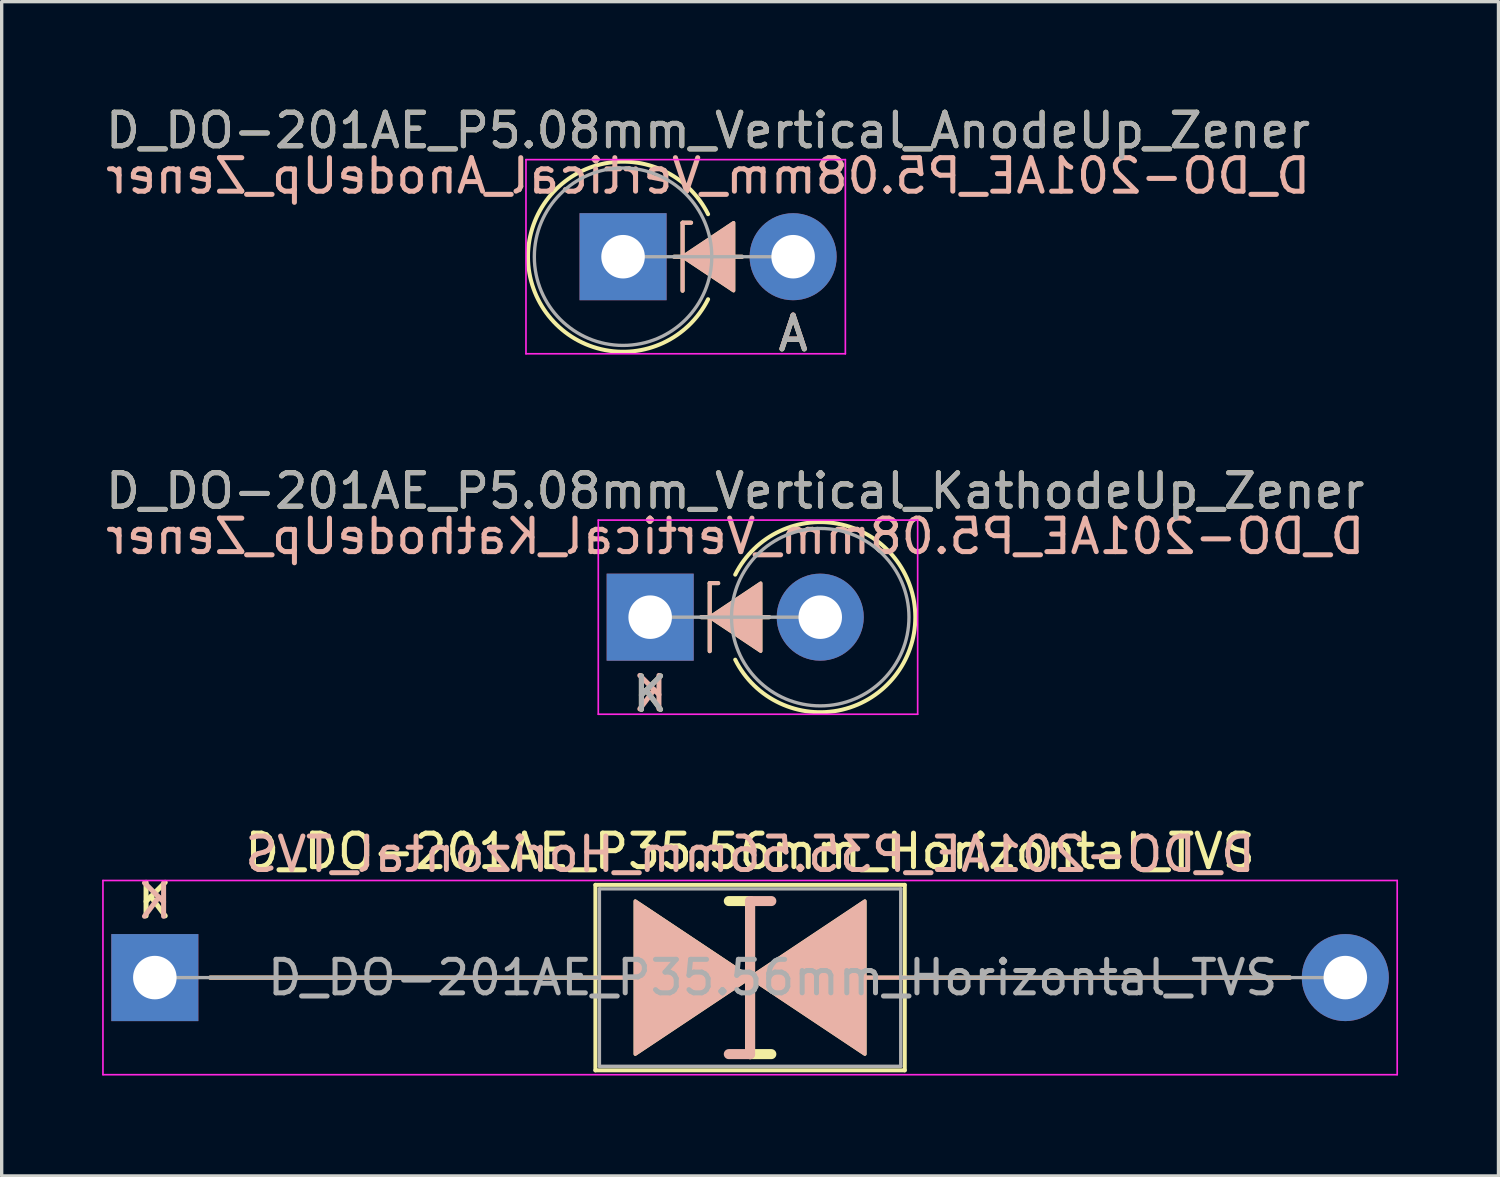
<source format=kicad_pcb>
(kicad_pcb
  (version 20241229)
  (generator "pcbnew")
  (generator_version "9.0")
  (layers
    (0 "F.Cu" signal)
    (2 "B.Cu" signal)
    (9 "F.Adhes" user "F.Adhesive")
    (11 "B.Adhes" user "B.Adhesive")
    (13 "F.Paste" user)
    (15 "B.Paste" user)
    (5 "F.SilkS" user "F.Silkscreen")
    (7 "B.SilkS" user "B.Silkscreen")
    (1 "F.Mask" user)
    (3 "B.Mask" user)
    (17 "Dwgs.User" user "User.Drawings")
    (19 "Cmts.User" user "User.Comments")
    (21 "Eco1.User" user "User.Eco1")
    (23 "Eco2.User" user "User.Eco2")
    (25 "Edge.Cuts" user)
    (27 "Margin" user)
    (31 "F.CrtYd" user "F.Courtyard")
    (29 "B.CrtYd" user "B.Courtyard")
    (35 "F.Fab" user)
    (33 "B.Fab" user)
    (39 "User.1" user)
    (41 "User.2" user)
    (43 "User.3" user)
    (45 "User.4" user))
  (footprint "D_DO-201AE_P5.08mm_Vertical_AnodeUp_Zener"
    (layer "F.Cu")
    (at 15.561 4.618)
    (property "Reference" "D_DO-201AE_P5.08mm_Vertical_AnodeUp_Zener" (at 2.54 -3.77 0) (layer "F.SilkS") (effects (font (size 1 1) (thickness 0.15))))
    (fp_line (start 1.524 0) (end 3.556 0) (stroke (width 0.12) (type solid)) (layer "F.SilkS"))
    (fp_line (start 1.778 -1.016) (end 2.032 -1.016) (stroke (width 0.12) (type solid)) (layer "F.SilkS"))
    (fp_line (start 1.778 1.016) (end 1.778 -1.016) (stroke (width 0.12) (type solid)) (layer "F.SilkS"))
    (fp_arc (start 2.539999 1.27) (mid -2.839805 0) (end 2.539999 -1.269999) (stroke (width 0.12) (type solid)) (layer "F.SilkS"))
    (fp_poly (pts (xy 3.302 1.016) (xy 1.778 0) (xy 3.302 -1.016)) (stroke (width 0.1) (type solid)) (fill yes) (layer "F.SilkS"))
    (fp_line (start 1.524 0) (end 3.556 0) (stroke (width 0.12) (type solid)) (layer "B.SilkS"))
    (fp_line (start 1.778 -1.016) (end 1.778 1.016) (stroke (width 0.12) (type solid)) (layer "B.SilkS"))
    (fp_line (start 1.778 -1.016) (end 2.032 -1.016) (stroke (width 0.12) (type solid)) (layer "B.SilkS"))
    (fp_poly (pts (xy 3.302 -1.016) (xy 1.778 0) (xy 3.302 1.016)) (stroke (width 0.1) (type solid)) (fill yes) (layer "B.SilkS"))
    (fp_line (start -2.9 -2.9) (end -2.9 2.9) (stroke (width 0.05) (type solid)) (layer "F.CrtYd"))
    (fp_line (start -2.9 2.9) (end 6.64 2.9) (stroke (width 0.05) (type solid)) (layer "F.CrtYd"))
    (fp_line (start 6.64 -2.9) (end -2.9 -2.9) (stroke (width 0.05) (type solid)) (layer "F.CrtYd"))
    (fp_line (start 6.64 2.9) (end 6.64 -2.9) (stroke (width 0.05) (type solid)) (layer "F.CrtYd"))
    (fp_line (start 0 0) (end 5.08 0) (stroke (width 0.1) (type solid)) (layer "F.Fab"))
    (fp_circle (center 0 0) (end 2.65 0) (stroke (width 0.1) (type solid)) (fill no) (layer "F.Fab"))
    (fp_text user "A" (at 5.08 2.3 0) (layer "F.SilkS") (effects (font (size 1 1) (thickness 0.15))))
    (fp_text user "A" (at 5.08 2.286 0) (layer "B.SilkS") (effects (font (size 1 1) (thickness 0.15)) (justify mirror)))
    (fp_text user "${REFERENCE}" (at 2.54 -2.413 0) (layer "B.SilkS") (effects (font (size 1 1) (thickness 0.15)) (justify mirror)))
    (fp_text user "A" (at 5.08 2.3 0) (layer "F.Fab") (effects (font (size 1 1) (thickness 0.15))))
    (fp_text user "${REFERENCE}" (at 2.54 -3.77 0) (layer "F.Fab") (effects (font (size 1 1) (thickness 0.15))))
    (pad "1" thru_hole rect (at 0 0) (size 2.6 2.6) (drill 1.3) (layers "*.Cu" "*.Mask"))
    (pad "2" thru_hole oval (at 5.08 0) (size 2.6 2.6) (drill 1.3) (layers "*.Cu" "*.Mask")))
  (footprint "D_DO-201AE_P5.08mm_Vertical_KathodeUp_Zener"
    (layer "F.Cu")
    (at 16.371 15.385)
    (property "Reference" "D_DO-201AE_P5.08mm_Vertical_KathodeUp_Zener" (at 2.54 -3.77 0) (layer "F.SilkS") (effects (font (size 1 1) (thickness 0.15))))
    (fp_line (start 1.524 0) (end 3.556 0) (stroke (width 0.12) (type solid)) (layer "F.SilkS"))
    (fp_line (start 1.778 -1.016) (end 2.032 -1.016) (stroke (width 0.12) (type solid)) (layer "F.SilkS"))
    (fp_line (start 1.778 1.016) (end 1.778 -1.016) (stroke (width 0.12) (type solid)) (layer "F.SilkS"))
    (fp_arc (start 2.54 -1.269999) (mid 7.919804 0.000001) (end 2.54 1.27) (stroke (width 0.12) (type solid)) (layer "F.SilkS"))
    (fp_poly (pts (xy 3.302 1.016) (xy 1.778 0) (xy 3.302 -1.016)) (stroke (width 0.1) (type solid)) (fill yes) (layer "F.SilkS"))
    (fp_line (start 1.524 0) (end 3.556 0) (stroke (width 0.12) (type solid)) (layer "B.SilkS"))
    (fp_line (start 1.778 -1.016) (end 1.778 1.016) (stroke (width 0.12) (type solid)) (layer "B.SilkS"))
    (fp_line (start 1.778 -1.016) (end 2.032 -1.016) (stroke (width 0.12) (type solid)) (layer "B.SilkS"))
    (fp_poly (pts (xy 3.302 -1.016) (xy 1.778 0) (xy 3.302 1.016)) (stroke (width 0.1) (type solid)) (fill yes) (layer "B.SilkS"))
    (fp_line (start -1.55 -2.9) (end -1.55 2.9) (stroke (width 0.05) (type solid)) (layer "F.CrtYd"))
    (fp_line (start -1.55 2.9) (end 7.99 2.9) (stroke (width 0.05) (type solid)) (layer "F.CrtYd"))
    (fp_line (start 7.99 -2.9) (end -1.55 -2.9) (stroke (width 0.05) (type solid)) (layer "F.CrtYd"))
    (fp_line (start 7.99 2.9) (end 7.99 -2.9) (stroke (width 0.05) (type solid)) (layer "F.CrtYd"))
    (fp_line (start 0 0) (end 5.08 0) (stroke (width 0.1) (type solid)) (layer "F.Fab"))
    (fp_circle (center 5.08 0) (end 7.73 0) (stroke (width 0.1) (type solid)) (fill no) (layer "F.Fab"))
    (fp_text user "K" (at 0 2.3 0) (layer "F.SilkS") (effects (font (size 1 1) (thickness 0.15))))
    (fp_text user "${REFERENCE}" (at 2.54 -2.413 0) (layer "B.SilkS") (effects (font (size 1 1) (thickness 0.15)) (justify mirror)))
    (fp_text user "K" (at 0 2.286 180) (layer "B.SilkS") (effects (font (size 1 1) (thickness 0.15)) (justify mirror)))
    (fp_text user "K" (at 0 2.3 0) (layer "F.Fab") (effects (font (size 1 1) (thickness 0.15))))
    (fp_text user "${REFERENCE}" (at 2.54 -3.77 0) (layer "F.Fab") (effects (font (size 1 1) (thickness 0.15))))
    (pad "1" thru_hole rect (at 0 0) (size 2.6 2.6) (drill 1.3) (layers "*.Cu" "*.Mask"))
    (pad "2" thru_hole oval (at 5.08 0) (size 2.6 2.6) (drill 1.3) (layers "*.Cu" "*.Mask")))
  (footprint "D_DO-201AE_P35.56mm_Horizontal_TVS"
    (layer "F.Cu")
    (at 1.575 26.151)
    (property "Reference" "D_DO-201AE_P35.56mm_Horizontal_TVS" (at 17.78 -3.77 0) (layer "F.SilkS") (effects (font (size 1 1) (thickness 0.15))))
    (fp_line (start 1.651 0) (end 13.16 0) (stroke (width 0.12) (type solid)) (layer "F.SilkS"))
    (fp_line (start 13.16 -2.77) (end 13.16 2.77) (stroke (width 0.12) (type solid)) (layer "F.SilkS"))
    (fp_line (start 13.16 0) (end 14.351 0) (stroke (width 0.12) (type solid)) (layer "F.SilkS"))
    (fp_line (start 13.16 2.77) (end 22.4 2.77) (stroke (width 0.12) (type solid)) (layer "F.SilkS"))
    (fp_line (start 17.78 -2.286) (end 17.145 -2.286) (stroke (width 0.3) (type solid)) (layer "F.SilkS"))
    (fp_line (start 17.78 2.286) (end 17.78 -2.286) (stroke (width 0.3) (type solid)) (layer "F.SilkS"))
    (fp_line (start 18.415 2.286) (end 17.78 2.286) (stroke (width 0.3) (type solid)) (layer "F.SilkS"))
    (fp_line (start 21.209 0) (end 22.4 0) (stroke (width 0.12) (type solid)) (layer "F.SilkS"))
    (fp_line (start 22.4 -2.77) (end 13.16 -2.77) (stroke (width 0.12) (type solid)) (layer "F.SilkS"))
    (fp_line (start 22.4 2.77) (end 22.4 -2.77) (stroke (width 0.12) (type solid)) (layer "F.SilkS"))
    (fp_line (start 33.909 0) (end 22.4 0) (stroke (width 0.12) (type solid)) (layer "F.SilkS"))
    (fp_poly (pts (xy 17.78 0) (xy 14.351 2.286) (xy 14.351 -2.286)) (stroke (width 0.1) (type solid)) (fill yes) (layer "F.SilkS"))
    (fp_poly (pts (xy 17.78 0) (xy 21.209 -2.286) (xy 21.209 2.286)) (stroke (width 0.1) (type solid)) (fill yes) (layer "F.SilkS"))
    (fp_line (start 1.651 0) (end 13.16 0) (stroke (width 0.12) (type solid)) (layer "B.SilkS"))
    (fp_line (start 13.16 0) (end 14.351 0) (stroke (width 0.12) (type solid)) (layer "B.SilkS"))
    (fp_line (start 17.78 -2.286) (end 17.78 2.286) (stroke (width 0.3) (type solid)) (layer "B.SilkS"))
    (fp_line (start 17.78 2.286) (end 17.145 2.286) (stroke (width 0.3) (type solid)) (layer "B.SilkS"))
    (fp_line (start 18.415 -2.286) (end 17.78 -2.286) (stroke (width 0.3) (type solid)) (layer "B.SilkS"))
    (fp_line (start 21.209 0) (end 22.4 0) (stroke (width 0.12) (type solid)) (layer "B.SilkS"))
    (fp_line (start 33.909 0) (end 22.4 0) (stroke (width 0.12) (type solid)) (layer "B.SilkS"))
    (fp_poly (pts (xy 17.78 0) (xy 14.351 -2.286) (xy 14.351 2.286)) (stroke (width 0.1) (type solid)) (fill yes) (layer "B.SilkS"))
    (fp_poly (pts (xy 17.78 0) (xy 21.209 2.286) (xy 21.209 -2.286)) (stroke (width 0.1) (type solid)) (fill yes) (layer "B.SilkS"))
    (fp_line (start -1.55 -2.9) (end -1.55 2.9) (stroke (width 0.05) (type solid)) (layer "F.CrtYd"))
    (fp_line (start -1.55 2.9) (end 37.11 2.9) (stroke (width 0.05) (type solid)) (layer "F.CrtYd"))
    (fp_line (start 37.11 -2.9) (end -1.55 -2.9) (stroke (width 0.05) (type solid)) (layer "F.CrtYd"))
    (fp_line (start 37.11 2.9) (end 37.11 -2.9) (stroke (width 0.05) (type solid)) (layer "F.CrtYd"))
    (fp_line (start 0 0) (end 13.28 0) (stroke (width 0.1) (type solid)) (layer "F.Fab"))
    (fp_line (start 13.28 -2.65) (end 13.28 2.65) (stroke (width 0.1) (type solid)) (layer "F.Fab"))
    (fp_line (start 13.28 2.65) (end 22.28 2.65) (stroke (width 0.1) (type solid)) (layer "F.Fab"))
    (fp_line (start 22.28 -2.65) (end 13.28 -2.65) (stroke (width 0.1) (type solid)) (layer "F.Fab"))
    (fp_line (start 22.28 2.65) (end 22.28 -2.65) (stroke (width 0.1) (type solid)) (layer "F.Fab"))
    (fp_line (start 35.56 0) (end 22.28 0) (stroke (width 0.1) (type solid)) (layer "F.Fab"))
    (fp_text user "K" (at 0 -2.3 0) (layer "F.SilkS") (effects (font (size 1 1) (thickness 0.15))))
    (fp_text user "K" (at 0 -2.286 0) (layer "B.SilkS") (effects (font (size 1 1) (thickness 0.15)) (justify mirror)))
    (fp_text user "${REFERENCE}" (at 17.78 -3.683 0) (layer "B.SilkS") (effects (font (size 1 1) (thickness 0.15)) (justify mirror)))
    (fp_text user "${REFERENCE}" (at 18.455 0 0) (layer "F.Fab") (effects (font (size 1 1) (thickness 0.15))))
    (pad "1" thru_hole rect (at 0 0) (size 2.6 2.6) (drill 1.3) (layers "*.Cu" "*.Mask"))
    (pad "2" thru_hole oval (at 35.56 0) (size 2.6 2.6) (drill 1.3) (layers "*.Cu" "*.Mask")))
  (gr_rect
    (start -3 -3)
    (end 41.71 32.076)
    (stroke (width 0.1) (type default))
    (fill no)
    (layer "Edge.Cuts")))
</source>
